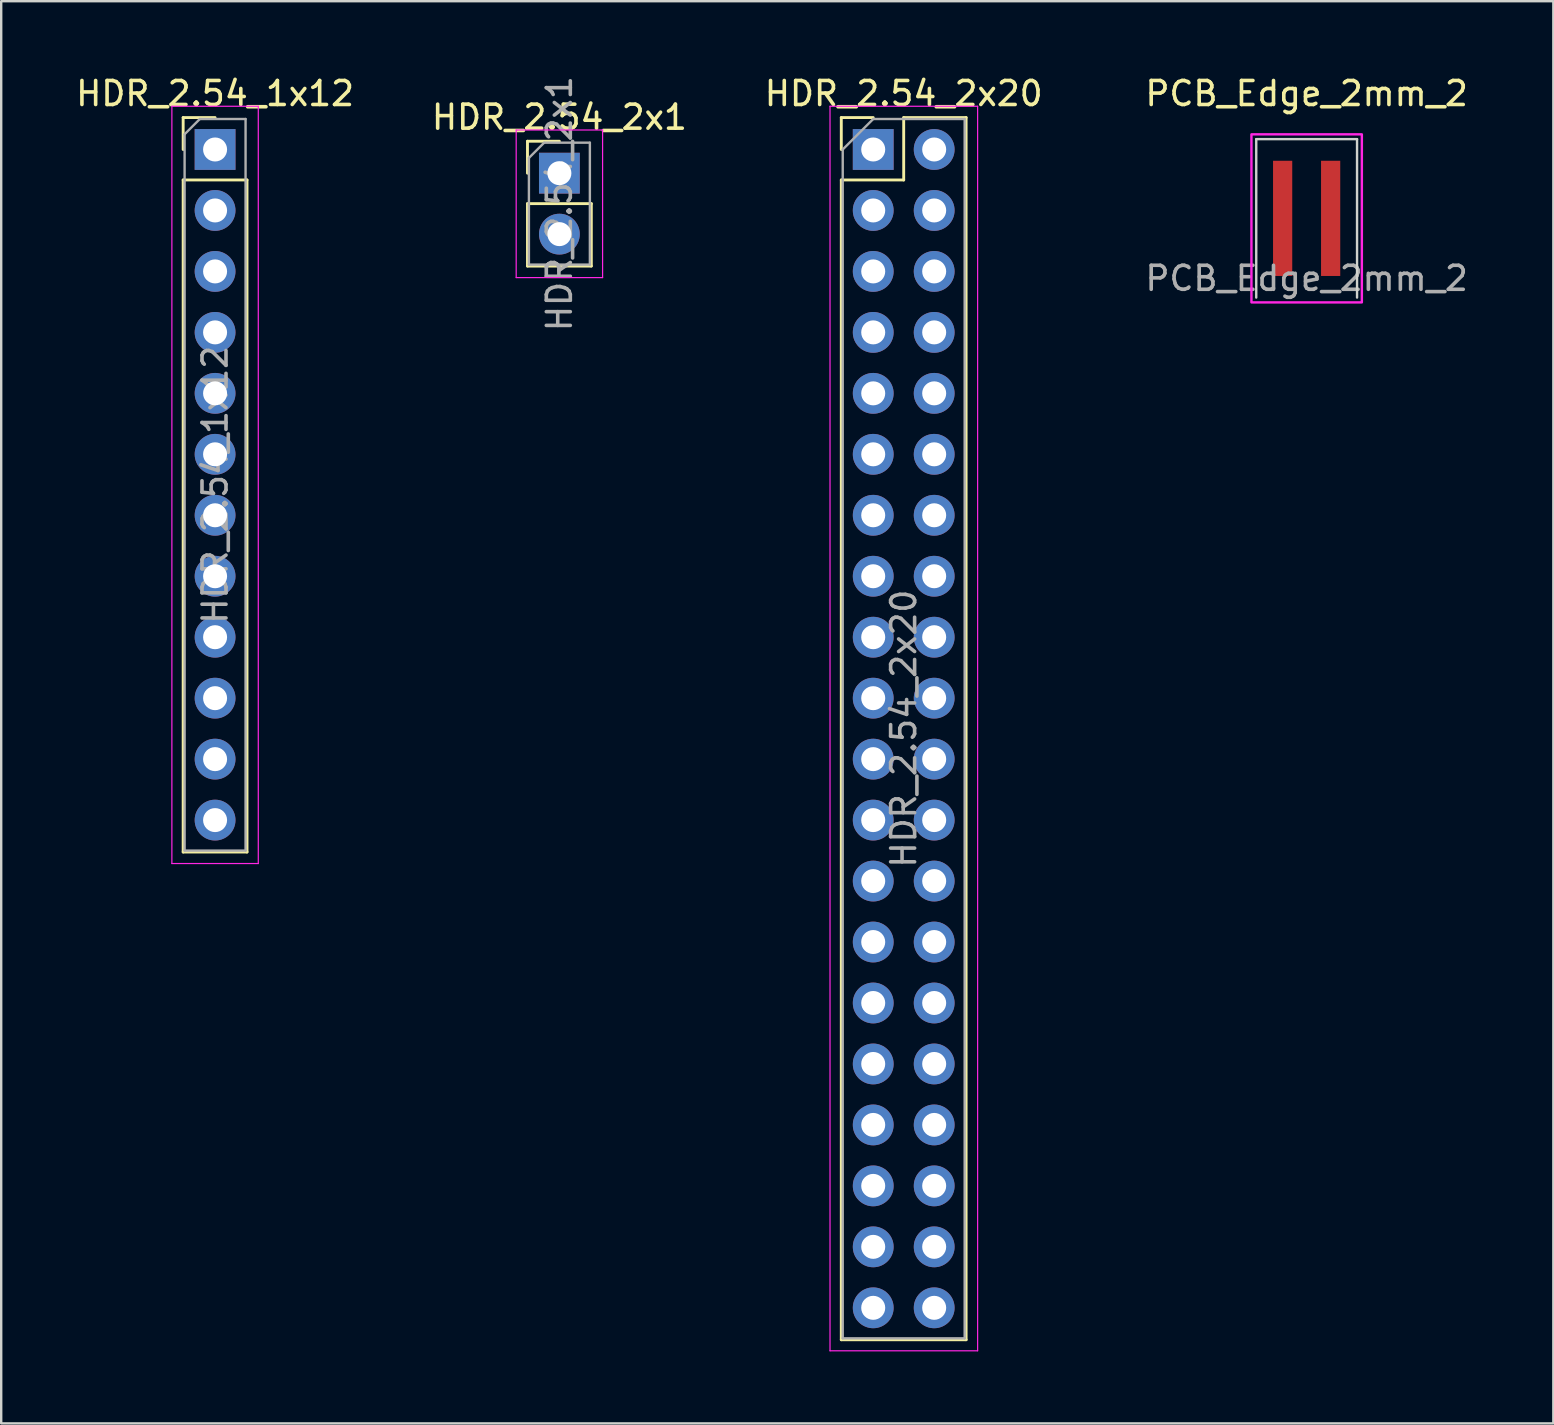
<source format=kicad_pcb>
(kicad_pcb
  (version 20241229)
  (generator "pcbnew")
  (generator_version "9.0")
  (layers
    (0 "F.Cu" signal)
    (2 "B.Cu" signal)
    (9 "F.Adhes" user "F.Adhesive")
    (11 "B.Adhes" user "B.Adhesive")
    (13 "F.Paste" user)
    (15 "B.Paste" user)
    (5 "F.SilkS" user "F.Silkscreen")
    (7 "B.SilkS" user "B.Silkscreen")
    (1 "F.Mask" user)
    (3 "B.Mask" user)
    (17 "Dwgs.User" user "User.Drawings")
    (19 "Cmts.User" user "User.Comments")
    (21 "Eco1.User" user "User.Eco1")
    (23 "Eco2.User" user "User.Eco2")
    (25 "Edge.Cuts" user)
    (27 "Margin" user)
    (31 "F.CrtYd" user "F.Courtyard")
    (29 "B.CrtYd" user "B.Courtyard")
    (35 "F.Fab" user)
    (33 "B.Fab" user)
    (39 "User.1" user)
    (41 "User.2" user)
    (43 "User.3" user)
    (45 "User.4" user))
  (footprint "HDR_2.54_2x20"
    (layer "F.Cu")
    (at 33.331 3.178)
    (property "Reference" "HDR_2.54_2x20" (at 1.27 -2.33 0) (layer "F.SilkS") (effects (font (size 1 1) (thickness 0.15))))
    (attr through_hole)
    (fp_line (start -1.33 -1.33) (end 0 -1.33) (stroke (width 0.12) (type solid)) (layer "F.SilkS"))
    (fp_line (start -1.33 0) (end -1.33 -1.33) (stroke (width 0.12) (type solid)) (layer "F.SilkS"))
    (fp_line (start -1.33 1.27) (end -1.33 49.59) (stroke (width 0.12) (type solid)) (layer "F.SilkS"))
    (fp_line (start -1.33 1.27) (end 1.27 1.27) (stroke (width 0.12) (type solid)) (layer "F.SilkS"))
    (fp_line (start -1.33 49.59) (end 3.87 49.59) (stroke (width 0.12) (type solid)) (layer "F.SilkS"))
    (fp_line (start 1.27 -1.33) (end 3.87 -1.33) (stroke (width 0.12) (type solid)) (layer "F.SilkS"))
    (fp_line (start 1.27 1.27) (end 1.27 -1.33) (stroke (width 0.12) (type solid)) (layer "F.SilkS"))
    (fp_line (start 3.87 -1.33) (end 3.87 49.59) (stroke (width 0.12) (type solid)) (layer "F.SilkS"))
    (fp_line (start -1.8 -1.8) (end -1.8 50.05) (stroke (width 0.05) (type solid)) (layer "F.CrtYd"))
    (fp_line (start -1.8 50.05) (end 4.35 50.05) (stroke (width 0.05) (type solid)) (layer "F.CrtYd"))
    (fp_line (start 4.35 -1.8) (end -1.8 -1.8) (stroke (width 0.05) (type solid)) (layer "F.CrtYd"))
    (fp_line (start 4.35 50.05) (end 4.35 -1.8) (stroke (width 0.05) (type solid)) (layer "F.CrtYd"))
    (fp_line (start -1.27 0) (end 0 -1.27) (stroke (width 0.1) (type solid)) (layer "F.Fab"))
    (fp_line (start -1.27 49.53) (end -1.27 0) (stroke (width 0.1) (type solid)) (layer "F.Fab"))
    (fp_line (start 0 -1.27) (end 3.81 -1.27) (stroke (width 0.1) (type solid)) (layer "F.Fab"))
    (fp_line (start 3.81 -1.27) (end 3.81 49.53) (stroke (width 0.1) (type solid)) (layer "F.Fab"))
    (fp_line (start 3.81 49.53) (end -1.27 49.53) (stroke (width 0.1) (type solid)) (layer "F.Fab"))
    (fp_text user "${REFERENCE}" (at 1.27 24.13 90) (layer "F.Fab") (effects (font (size 1 1) (thickness 0.15))))
    (pad "1" thru_hole rect (at 0 0) (size 1.7 1.7) (drill 1) (layers "*.Cu" "*.Mask"))
    (pad "2" thru_hole oval (at 2.54 0) (size 1.7 1.7) (drill 1) (layers "*.Cu" "*.Mask"))
    (pad "3" thru_hole oval (at 0 2.54) (size 1.7 1.7) (drill 1) (layers "*.Cu" "*.Mask"))
    (pad "4" thru_hole oval (at 2.54 2.54) (size 1.7 1.7) (drill 1) (layers "*.Cu" "*.Mask"))
    (pad "5" thru_hole oval (at 0 5.08) (size 1.7 1.7) (drill 1) (layers "*.Cu" "*.Mask"))
    (pad "6" thru_hole oval (at 2.54 5.08) (size 1.7 1.7) (drill 1) (layers "*.Cu" "*.Mask"))
    (pad "7" thru_hole oval (at 0 7.62) (size 1.7 1.7) (drill 1) (layers "*.Cu" "*.Mask"))
    (pad "8" thru_hole oval (at 2.54 7.62) (size 1.7 1.7) (drill 1) (layers "*.Cu" "*.Mask"))
    (pad "9" thru_hole oval (at 0 10.16) (size 1.7 1.7) (drill 1) (layers "*.Cu" "*.Mask"))
    (pad "10" thru_hole oval (at 2.54 10.16) (size 1.7 1.7) (drill 1) (layers "*.Cu" "*.Mask"))
    (pad "11" thru_hole oval (at 0 12.7) (size 1.7 1.7) (drill 1) (layers "*.Cu" "*.Mask"))
    (pad "12" thru_hole oval (at 2.54 12.7) (size 1.7 1.7) (drill 1) (layers "*.Cu" "*.Mask"))
    (pad "13" thru_hole oval (at 0 15.24) (size 1.7 1.7) (drill 1) (layers "*.Cu" "*.Mask"))
    (pad "14" thru_hole oval (at 2.54 15.24) (size 1.7 1.7) (drill 1) (layers "*.Cu" "*.Mask"))
    (pad "15" thru_hole oval (at 0 17.78) (size 1.7 1.7) (drill 1) (layers "*.Cu" "*.Mask"))
    (pad "16" thru_hole oval (at 2.54 17.78) (size 1.7 1.7) (drill 1) (layers "*.Cu" "*.Mask"))
    (pad "17" thru_hole oval (at 0 20.32) (size 1.7 1.7) (drill 1) (layers "*.Cu" "*.Mask"))
    (pad "18" thru_hole oval (at 2.54 20.32) (size 1.7 1.7) (drill 1) (layers "*.Cu" "*.Mask"))
    (pad "19" thru_hole oval (at 0 22.86) (size 1.7 1.7) (drill 1) (layers "*.Cu" "*.Mask"))
    (pad "20" thru_hole oval (at 2.54 22.86) (size 1.7 1.7) (drill 1) (layers "*.Cu" "*.Mask"))
    (pad "21" thru_hole oval (at 0 25.4) (size 1.7 1.7) (drill 1) (layers "*.Cu" "*.Mask"))
    (pad "22" thru_hole oval (at 2.54 25.4) (size 1.7 1.7) (drill 1) (layers "*.Cu" "*.Mask"))
    (pad "23" thru_hole oval (at 0 27.94) (size 1.7 1.7) (drill 1) (layers "*.Cu" "*.Mask"))
    (pad "24" thru_hole oval (at 2.54 27.94) (size 1.7 1.7) (drill 1) (layers "*.Cu" "*.Mask"))
    (pad "25" thru_hole oval (at 0 30.48) (size 1.7 1.7) (drill 1) (layers "*.Cu" "*.Mask"))
    (pad "26" thru_hole oval (at 2.54 30.48) (size 1.7 1.7) (drill 1) (layers "*.Cu" "*.Mask"))
    (pad "27" thru_hole oval (at 0 33.02) (size 1.7 1.7) (drill 1) (layers "*.Cu" "*.Mask"))
    (pad "28" thru_hole oval (at 2.54 33.02) (size 1.7 1.7) (drill 1) (layers "*.Cu" "*.Mask"))
    (pad "29" thru_hole oval (at 0 35.56) (size 1.7 1.7) (drill 1) (layers "*.Cu" "*.Mask"))
    (pad "30" thru_hole oval (at 2.54 35.56) (size 1.7 1.7) (drill 1) (layers "*.Cu" "*.Mask"))
    (pad "31" thru_hole oval (at 0 38.1) (size 1.7 1.7) (drill 1) (layers "*.Cu" "*.Mask"))
    (pad "32" thru_hole oval (at 2.54 38.1) (size 1.7 1.7) (drill 1) (layers "*.Cu" "*.Mask"))
    (pad "33" thru_hole oval (at 0 40.64) (size 1.7 1.7) (drill 1) (layers "*.Cu" "*.Mask"))
    (pad "34" thru_hole oval (at 2.54 40.64) (size 1.7 1.7) (drill 1) (layers "*.Cu" "*.Mask"))
    (pad "35" thru_hole oval (at 0 43.18) (size 1.7 1.7) (drill 1) (layers "*.Cu" "*.Mask"))
    (pad "36" thru_hole oval (at 2.54 43.18) (size 1.7 1.7) (drill 1) (layers "*.Cu" "*.Mask"))
    (pad "37" thru_hole oval (at 0 45.72) (size 1.7 1.7) (drill 1) (layers "*.Cu" "*.Mask"))
    (pad "38" thru_hole oval (at 2.54 45.72) (size 1.7 1.7) (drill 1) (layers "*.Cu" "*.Mask"))
    (pad "39" thru_hole oval (at 0 48.26) (size 1.7 1.7) (drill 1) (layers "*.Cu" "*.Mask"))
    (pad "40" thru_hole oval (at 2.54 48.26) (size 1.7 1.7) (drill 1) (layers "*.Cu" "*.Mask")))
  (footprint "HDR_2.54_1x12"
    (layer "F.Cu")
    (at 5.911 3.178)
    (property "Reference" "HDR_2.54_1x12" (at 0 -2.33 0) (layer "F.SilkS") (effects (font (size 1 1) (thickness 0.15))))
    (attr through_hole)
    (fp_line (start -1.33 -1.33) (end 0 -1.33) (stroke (width 0.12) (type solid)) (layer "F.SilkS"))
    (fp_line (start -1.33 0) (end -1.33 -1.33) (stroke (width 0.12) (type solid)) (layer "F.SilkS"))
    (fp_line (start -1.33 1.27) (end -1.33 29.27) (stroke (width 0.12) (type solid)) (layer "F.SilkS"))
    (fp_line (start -1.33 1.27) (end 1.33 1.27) (stroke (width 0.12) (type solid)) (layer "F.SilkS"))
    (fp_line (start -1.33 29.27) (end 1.33 29.27) (stroke (width 0.12) (type solid)) (layer "F.SilkS"))
    (fp_line (start 1.33 1.27) (end 1.33 29.27) (stroke (width 0.12) (type solid)) (layer "F.SilkS"))
    (fp_line (start -1.8 -1.8) (end -1.8 29.75) (stroke (width 0.05) (type solid)) (layer "F.CrtYd"))
    (fp_line (start -1.8 29.75) (end 1.8 29.75) (stroke (width 0.05) (type solid)) (layer "F.CrtYd"))
    (fp_line (start 1.8 -1.8) (end -1.8 -1.8) (stroke (width 0.05) (type solid)) (layer "F.CrtYd"))
    (fp_line (start 1.8 29.75) (end 1.8 -1.8) (stroke (width 0.05) (type solid)) (layer "F.CrtYd"))
    (fp_line (start -1.27 -0.635) (end -0.635 -1.27) (stroke (width 0.1) (type solid)) (layer "F.Fab"))
    (fp_line (start -1.27 29.21) (end -1.27 -0.635) (stroke (width 0.1) (type solid)) (layer "F.Fab"))
    (fp_line (start -0.635 -1.27) (end 1.27 -1.27) (stroke (width 0.1) (type solid)) (layer "F.Fab"))
    (fp_line (start 1.27 -1.27) (end 1.27 29.21) (stroke (width 0.1) (type solid)) (layer "F.Fab"))
    (fp_line (start 1.27 29.21) (end -1.27 29.21) (stroke (width 0.1) (type solid)) (layer "F.Fab"))
    (fp_text user "${REFERENCE}" (at 0 13.97 90) (layer "F.Fab") (effects (font (size 1 1) (thickness 0.15))))
    (pad "1" thru_hole rect (at 0 0) (size 1.7 1.7) (drill 1) (layers "*.Cu" "*.Mask"))
    (pad "2" thru_hole oval (at 0 2.54) (size 1.7 1.7) (drill 1) (layers "*.Cu" "*.Mask"))
    (pad "3" thru_hole oval (at 0 5.08) (size 1.7 1.7) (drill 1) (layers "*.Cu" "*.Mask"))
    (pad "4" thru_hole oval (at 0 7.62) (size 1.7 1.7) (drill 1) (layers "*.Cu" "*.Mask"))
    (pad "5" thru_hole oval (at 0 10.16) (size 1.7 1.7) (drill 1) (layers "*.Cu" "*.Mask"))
    (pad "6" thru_hole oval (at 0 12.7) (size 1.7 1.7) (drill 1) (layers "*.Cu" "*.Mask"))
    (pad "7" thru_hole oval (at 0 15.24) (size 1.7 1.7) (drill 1) (layers "*.Cu" "*.Mask"))
    (pad "8" thru_hole oval (at 0 17.78) (size 1.7 1.7) (drill 1) (layers "*.Cu" "*.Mask"))
    (pad "9" thru_hole oval (at 0 20.32) (size 1.7 1.7) (drill 1) (layers "*.Cu" "*.Mask"))
    (pad "10" thru_hole oval (at 0 22.86) (size 1.7 1.7) (drill 1) (layers "*.Cu" "*.Mask"))
    (pad "11" thru_hole oval (at 0 25.4) (size 1.7 1.7) (drill 1) (layers "*.Cu" "*.Mask"))
    (pad "12" thru_hole oval (at 0 27.94) (size 1.7 1.7) (drill 1) (layers "*.Cu" "*.Mask")))
  (footprint "HDR_2.54_2x1"
    (layer "F.Cu")
    (at 20.256 4.165)
    (property "Reference" "HDR_2.54_2x1" (at 0 -2.33 0) (layer "F.SilkS") (effects (font (size 1 1) (thickness 0.15))))
    (attr through_hole)
    (fp_line (start -1.33 -1.33) (end 0 -1.33) (stroke (width 0.12) (type solid)) (layer "F.SilkS"))
    (fp_line (start -1.33 0) (end -1.33 -1.33) (stroke (width 0.12) (type solid)) (layer "F.SilkS"))
    (fp_line (start -1.33 1.27) (end -1.33 3.87) (stroke (width 0.12) (type solid)) (layer "F.SilkS"))
    (fp_line (start -1.33 1.27) (end 1.33 1.27) (stroke (width 0.12) (type solid)) (layer "F.SilkS"))
    (fp_line (start -1.33 3.87) (end 1.33 3.87) (stroke (width 0.12) (type solid)) (layer "F.SilkS"))
    (fp_line (start 1.33 1.27) (end 1.33 3.87) (stroke (width 0.12) (type solid)) (layer "F.SilkS"))
    (fp_line (start -1.8 -1.8) (end -1.8 4.35) (stroke (width 0.05) (type solid)) (layer "F.CrtYd"))
    (fp_line (start -1.8 4.35) (end 1.8 4.35) (stroke (width 0.05) (type solid)) (layer "F.CrtYd"))
    (fp_line (start 1.8 -1.8) (end -1.8 -1.8) (stroke (width 0.05) (type solid)) (layer "F.CrtYd"))
    (fp_line (start 1.8 4.35) (end 1.8 -1.8) (stroke (width 0.05) (type solid)) (layer "F.CrtYd"))
    (fp_line (start -1.27 -0.635) (end -0.635 -1.27) (stroke (width 0.1) (type solid)) (layer "F.Fab"))
    (fp_line (start -1.27 3.81) (end -1.27 -0.635) (stroke (width 0.1) (type solid)) (layer "F.Fab"))
    (fp_line (start -0.635 -1.27) (end 1.27 -1.27) (stroke (width 0.1) (type solid)) (layer "F.Fab"))
    (fp_line (start 1.27 -1.27) (end 1.27 3.81) (stroke (width 0.1) (type solid)) (layer "F.Fab"))
    (fp_line (start 1.27 3.81) (end -1.27 3.81) (stroke (width 0.1) (type solid)) (layer "F.Fab"))
    (fp_text user "${REFERENCE}" (at 0 1.27 90) (layer "F.Fab") (effects (font (size 1 1) (thickness 0.15))))
    (pad "1" thru_hole rect (at 0 0) (size 1.7 1.7) (drill 1) (layers "*.Cu" "*.Mask"))
    (pad "2" thru_hole oval (at 0 2.54) (size 1.7 1.7) (drill 1) (layers "*.Cu" "*.Mask")))
  (footprint "PCB_Edge_2mm_2"
    (layer "F.Cu")
    (at 51.389 6.048)
    (property "Reference" "PCB_Edge_2mm_2" (at 0 -5.2 0) (unlocked yes) (layer "F.SilkS") (effects (font (size 1 1) (thickness 0.15))))
    (attr smd)
    (fp_line (start -2.1 -3.3) (end -2.1 3.3) (stroke (width 0.1) (type solid)) (layer "Edge.Cuts"))
    (fp_line (start -2.1 -3.3) (end 2.1 -3.3) (stroke (width 0.1) (type solid)) (layer "Edge.Cuts"))
    (fp_line (start 2.1 -3.3) (end 2.1 3.3) (stroke (width 0.1) (type solid)) (layer "Edge.Cuts"))
    (fp_rect (start -2.3 -3.5) (end 2.3 3.5) (stroke (width 0.1) (type solid)) (fill no) (layer "F.CrtYd"))
    (fp_text user "${REFERENCE}" (at 0 2.5 0) (unlocked yes) (layer "F.Fab") (effects (font (size 1 1) (thickness 0.15))))
    (fp_text user "PCB Height = 1mm" (at -0.3 4.4 0) (unlocked yes) (layer "User.2") (effects (font (size 1 1) (thickness 0.15))))
    (pad "1" smd rect (at -1 0) (size 0.8 4.8) (layers "F.Cu" "F.Mask" "F.Paste"))
    (pad "2" smd rect (at 1 0) (size 0.8 4.8) (layers "F.Cu" "F.Mask" "F.Paste")))
  (gr_rect
    (start -3 -3)
    (end 61.667 56.253)
    (stroke (width 0.1) (type default))
    (fill no)
    (layer "Edge.Cuts")))
</source>
